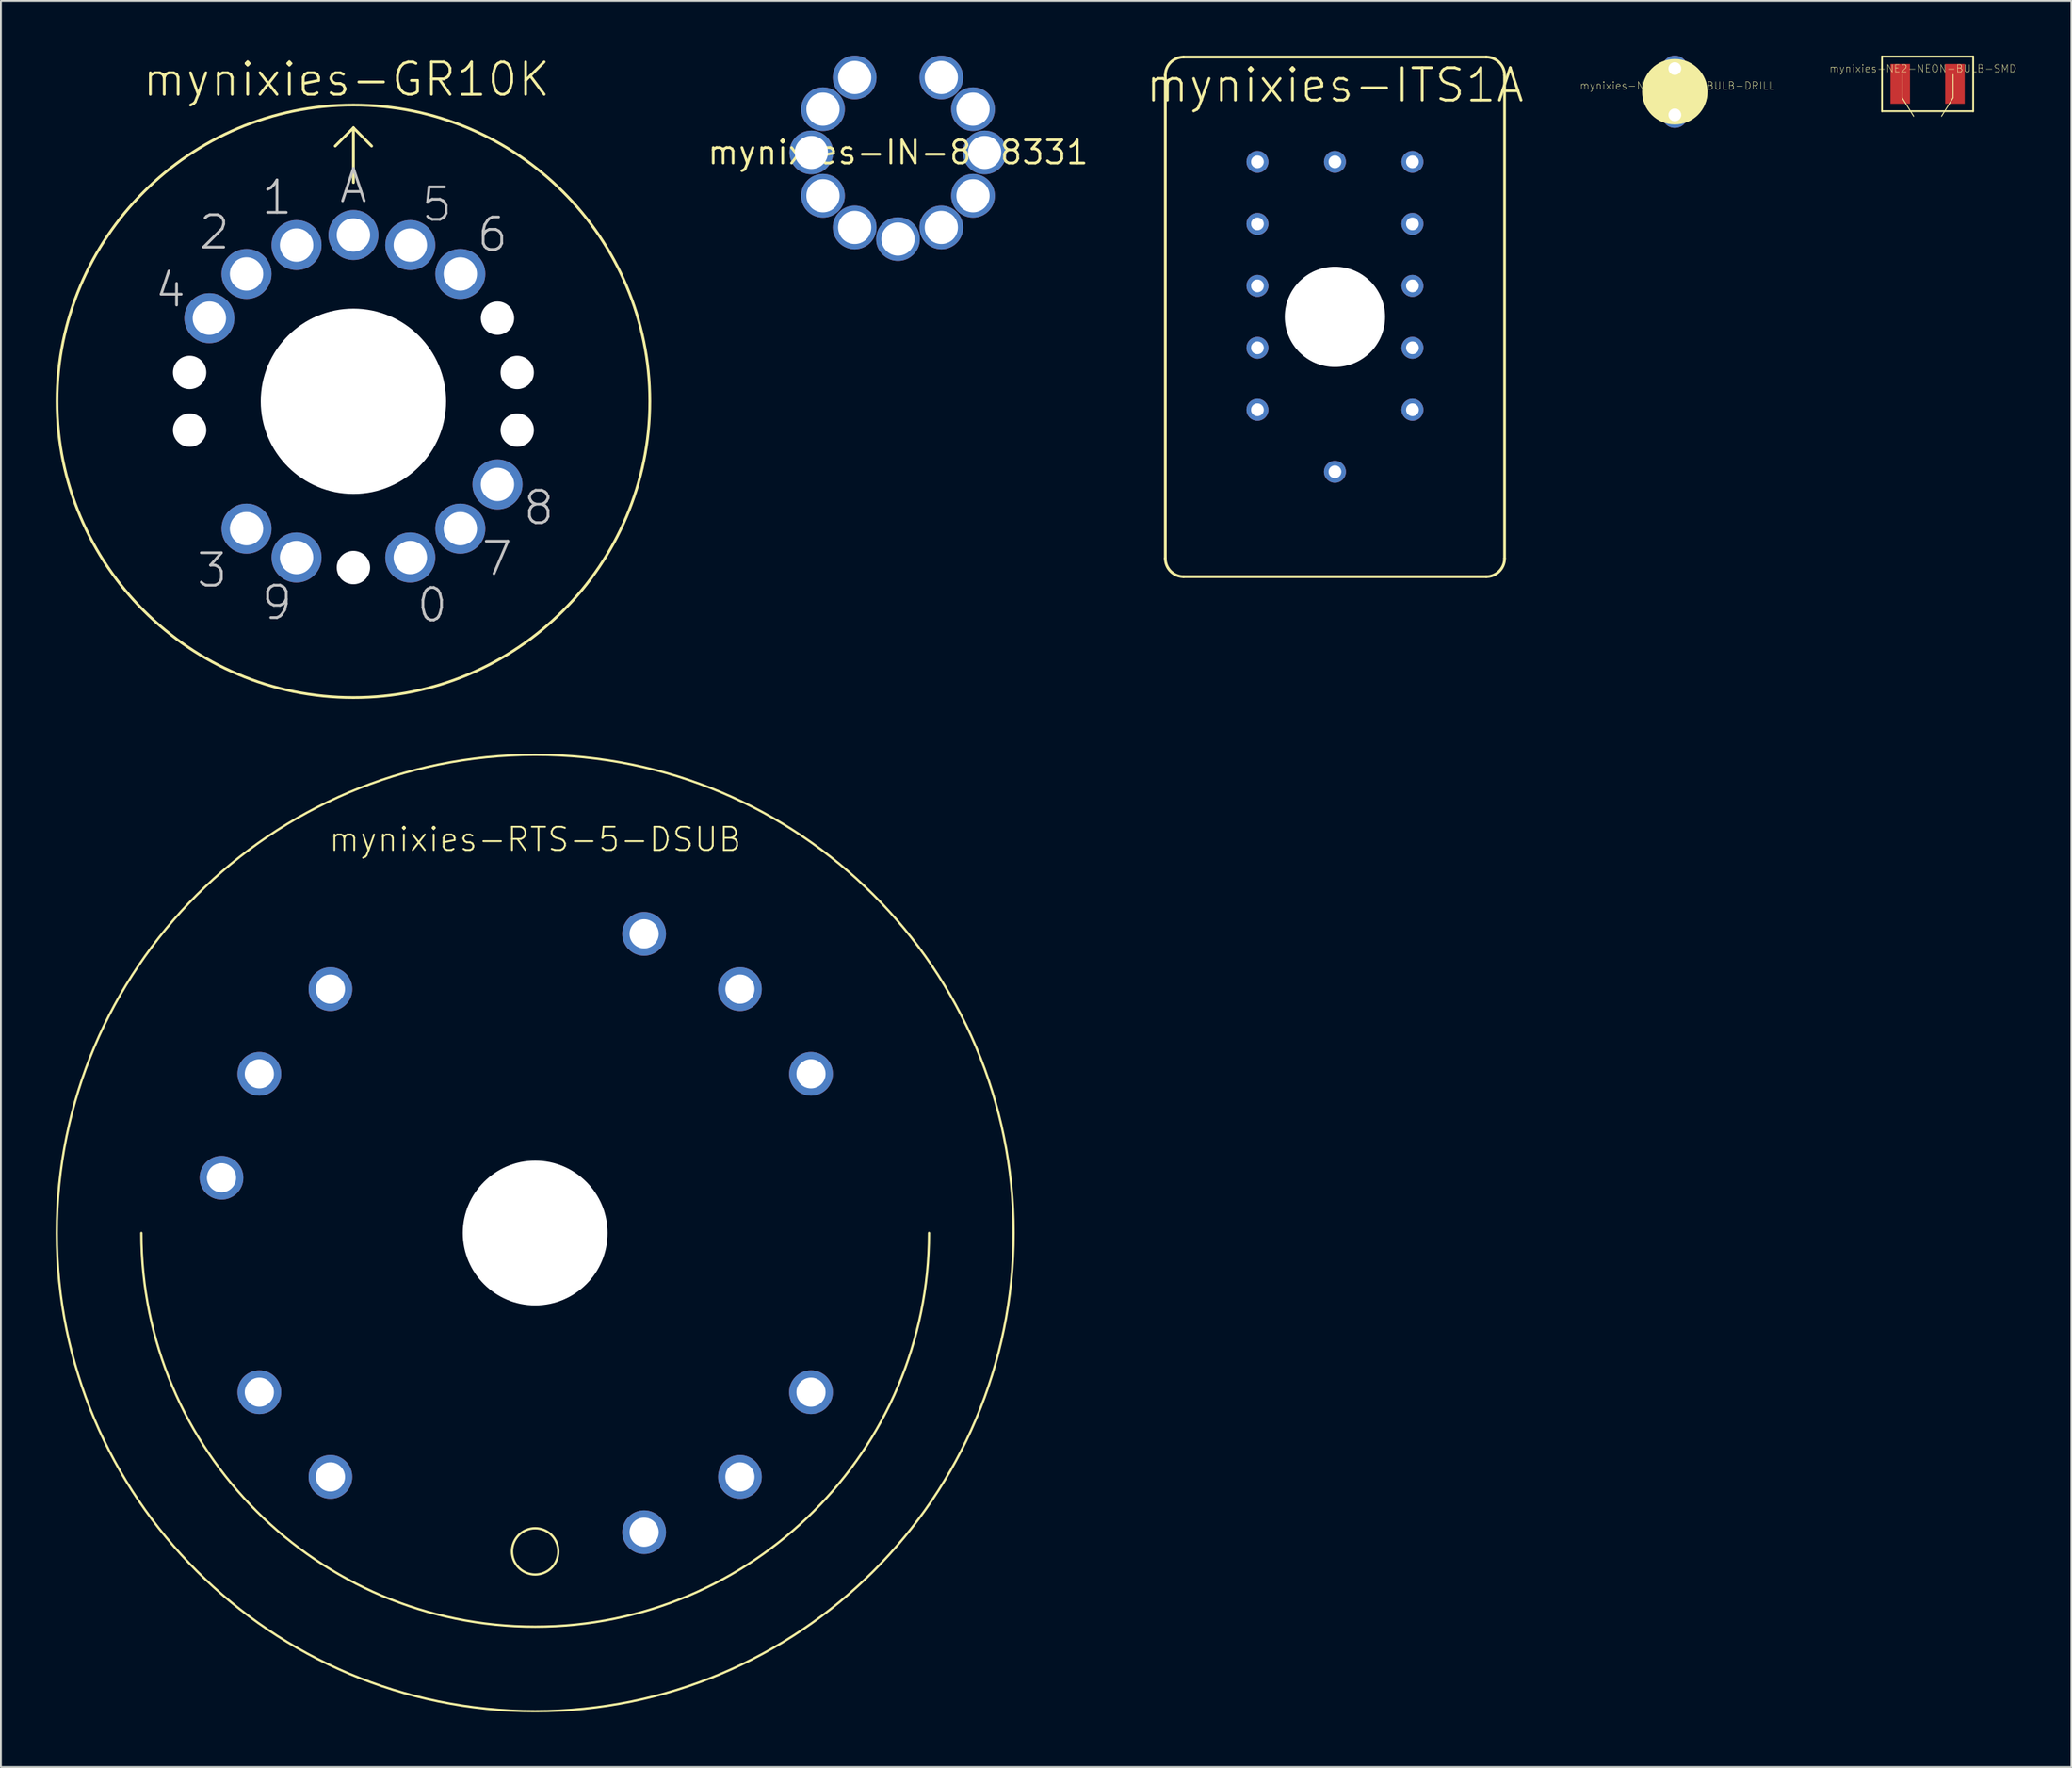
<source format=kicad_pcb>
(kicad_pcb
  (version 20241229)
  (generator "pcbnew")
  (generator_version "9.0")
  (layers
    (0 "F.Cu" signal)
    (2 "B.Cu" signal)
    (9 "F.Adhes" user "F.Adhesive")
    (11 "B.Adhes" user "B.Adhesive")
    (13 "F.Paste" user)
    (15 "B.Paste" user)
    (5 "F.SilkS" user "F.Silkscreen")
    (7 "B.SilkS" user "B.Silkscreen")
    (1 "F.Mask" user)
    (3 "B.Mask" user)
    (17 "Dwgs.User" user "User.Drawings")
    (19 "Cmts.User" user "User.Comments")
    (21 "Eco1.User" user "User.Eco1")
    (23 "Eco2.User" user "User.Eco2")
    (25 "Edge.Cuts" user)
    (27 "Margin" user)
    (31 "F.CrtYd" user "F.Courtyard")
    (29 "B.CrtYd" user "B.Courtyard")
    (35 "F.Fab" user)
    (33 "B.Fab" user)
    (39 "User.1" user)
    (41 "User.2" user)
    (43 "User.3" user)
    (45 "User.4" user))
  (footprint "mynixies-ITS1A"
    (layer "F.Cu")
    (at 70.132 14.326)
    (property "Reference" "mynixies-ITS1A" (at 0 -12.7 0) (layer "F.SilkS") (effects (font (size 1.778 1.778) (thickness 0.152))))
    (attr exclude_from_pos_files exclude_from_bom)
    (fp_line (start -9.299 13.249) (end -9.299 -13.249) (stroke (width 0.152) (type solid)) (layer "F.SilkS"))
    (fp_line (start -8.298 -14.249) (end 8.298 -14.249) (stroke (width 0.152) (type solid)) (layer "F.SilkS"))
    (fp_line (start 8.298 14.249) (end -8.298 14.249) (stroke (width 0.152) (type solid)) (layer "F.SilkS"))
    (fp_line (start 9.299 -13.249) (end 9.299 13.249) (stroke (width 0.152) (type solid)) (layer "F.SilkS"))
    (fp_arc (start -9.29894 -13.24864) (mid -9.005824 -13.956284) (end -8.29818 -14.2494) (stroke (width 0.1524) (type solid)) (layer "F.SilkS"))
    (fp_arc (start -8.29818 14.2494) (mid -9.005824 13.956284) (end -9.29894 13.24864) (stroke (width 0.1524) (type solid)) (layer "F.SilkS"))
    (fp_arc (start 8.29818 -14.2494) (mid 9.005824 -13.956284) (end 9.29894 -13.24864) (stroke (width 0.1524) (type solid)) (layer "F.SilkS"))
    (fp_arc (start 9.29894 13.24864) (mid 9.005824 13.956284) (end 8.29818 14.2494) (stroke (width 0.1524) (type solid)) (layer "F.SilkS"))
    (pad "" np_thru_hole circle (at 0 0) (size 5.499 5.499) (drill 5.499) (layers "*.Cu" "*.Mask"))
    (pad "2" thru_hole circle (at 4.249 5.098) (size 1.206 1.206) (drill 0.699) (layers "*.Cu" "*.Mask"))
    (pad "4" thru_hole circle (at 4.249 -1.699) (size 1.206 1.206) (drill 0.699) (layers "*.Cu" "*.Mask"))
    (pad "6" thru_hole circle (at 4.249 -8.499) (size 1.206 1.206) (drill 0.699) (layers "*.Cu" "*.Mask"))
    (pad "7" thru_hole circle (at 0 -8.499) (size 1.206 1.206) (drill 0.699) (layers "*.Cu" "*.Mask"))
    (pad "14" thru_hole circle (at 0 8.499) (size 1.206 1.206) (drill 0.699) (layers "*.Cu" "*.Mask"))
    (pad "A" thru_hole circle (at -4.249 -8.499) (size 1.206 1.206) (drill 0.699) (layers "*.Cu" "*.Mask"))
    (pad "B" thru_hole circle (at 4.249 -5.098) (size 1.206 1.206) (drill 0.699) (layers "*.Cu" "*.Mask"))
    (pad "C" thru_hole circle (at 4.249 1.699) (size 1.206 1.206) (drill 0.699) (layers "*.Cu" "*.Mask"))
    (pad "D" thru_hole circle (at -4.249 5.098) (size 1.206 1.206) (drill 0.699) (layers "*.Cu" "*.Mask"))
    (pad "E" thru_hole circle (at -4.249 1.699) (size 1.206 1.206) (drill 0.699) (layers "*.Cu" "*.Mask"))
    (pad "F" thru_hole circle (at -4.249 -5.098) (size 1.206 1.206) (drill 0.699) (layers "*.Cu" "*.Mask"))
    (pad "G" thru_hole circle (at -4.249 -1.699) (size 1.206 1.206) (drill 0.699) (layers "*.Cu" "*.Mask")))
  (footprint "mynixies-IN-8-8331"
    (layer "F.Cu")
    (at 46.179 5.311)
    (property "Reference" "mynixies-IN-8-8331" (at 0 0 0) (layer "F.SilkS") (effects (font (size 1.27 1.27) (thickness 0.15))))
    (attr exclude_from_pos_files exclude_from_bom)
    (pad "P$1" thru_hole circle (at -2.375 -4.112) (size 2.398 2.398) (drill 1.819) (layers "*.Cu" "*.Mask"))
    (pad "P$2" thru_hole circle (at -4.112 -2.375) (size 2.398 2.398) (drill 1.819) (layers "*.Cu" "*.Mask"))
    (pad "P$3" thru_hole circle (at -4.75 0) (size 2.398 2.398) (drill 1.819) (layers "*.Cu" "*.Mask"))
    (pad "P$4" thru_hole circle (at -4.112 2.375) (size 2.398 2.398) (drill 1.819) (layers "*.Cu" "*.Mask"))
    (pad "P$5" thru_hole circle (at -2.375 4.112) (size 2.398 2.398) (drill 1.819) (layers "*.Cu" "*.Mask"))
    (pad "P$6" thru_hole circle (at 0 4.75) (size 2.398 2.398) (drill 1.819) (layers "*.Cu" "*.Mask"))
    (pad "P$7" thru_hole circle (at 2.375 4.112) (size 2.398 2.398) (drill 1.819) (layers "*.Cu" "*.Mask"))
    (pad "P$8" thru_hole circle (at 4.112 2.375) (size 2.398 2.398) (drill 1.819) (layers "*.Cu" "*.Mask"))
    (pad "P$9" thru_hole circle (at 4.75 0) (size 2.398 2.398) (drill 1.819) (layers "*.Cu" "*.Mask"))
    (pad "P$10" thru_hole circle (at 4.112 -2.375) (size 2.398 2.398) (drill 1.819) (layers "*.Cu" "*.Mask"))
    (pad "P$11" thru_hole circle (at 2.375 -4.112) (size 2.398 2.398) (drill 1.819) (layers "*.Cu" "*.Mask")))
  (footprint "mynixies-GR10K"
    (layer "F.Cu")
    (at 16.325 18.958)
    (property "Reference" "mynixies-GR10K" (at -0.381 -17.65 0) (layer "F.SilkS") (effects (font (size 1.778 1.778) (thickness 0.152))))
    (attr exclude_from_pos_files exclude_from_bom)
    (fp_line (start -0.998 -13.998) (end 0 -14.999) (stroke (width 0.152) (type solid)) (layer "F.SilkS"))
    (fp_line (start 0 -14.999) (end 0 -11.999) (stroke (width 0.152) (type solid)) (layer "F.SilkS"))
    (fp_line (start 0 -14.999) (end 0.998 -13.998) (stroke (width 0.152) (type solid)) (layer "F.SilkS"))
    (fp_circle (center 0 0) (end 0 -16.248) (stroke (width 0.152) (type solid)) (fill no) (layer "F.SilkS"))
    (fp_text user "3" (at -7.747 9.271 0) (layer "Dwgs.User") (effects (font (size 1.778 1.778) (thickness 0.152))))
    (fp_text user "5" (at 4.572 -10.795 0) (layer "Dwgs.User") (effects (font (size 1.778 1.778) (thickness 0.152))))
    (fp_text user "8" (at 10.16 5.842 0) (layer "Dwgs.User") (effects (font (size 1.778 1.778) (thickness 0.152))))
    (fp_text user "4" (at -10.033 -6.096 0) (layer "Dwgs.User") (effects (font (size 1.778 1.778) (thickness 0.152))))
    (fp_text user "1" (at -4.191 -11.176 0) (layer "Dwgs.User") (effects (font (size 1.778 1.778) (thickness 0.152))))
    (fp_text user "2" (at -7.62 -9.271 0) (layer "Dwgs.User") (effects (font (size 1.778 1.778) (thickness 0.152))))
    (fp_text user "9" (at -4.191 11.049 0) (layer "Dwgs.User") (effects (font (size 1.778 1.778) (thickness 0.152))))
    (fp_text user "0" (at 4.318 11.176 0) (layer "Dwgs.User") (effects (font (size 1.778 1.778) (thickness 0.152))))
    (fp_text user "A" (at 0 -11.811 0) (layer "Dwgs.User") (effects (font (size 1.778 1.778) (thickness 0.152))))
    (fp_text user "7" (at 7.874 8.636 0) (layer "Dwgs.User") (effects (font (size 1.778 1.778) (thickness 0.152))))
    (fp_text user "6" (at 7.62 -9.144 0) (layer "Dwgs.User") (effects (font (size 1.778 1.778) (thickness 0.152))))
    (pad "" np_thru_hole circle (at -8.979 -1.582) (size 1.829 1.829) (drill 1.829) (layers "*.Cu" "*.Mask"))
    (pad "" np_thru_hole circle (at -8.979 1.582) (size 1.829 1.829) (drill 1.829) (layers "*.Cu" "*.Mask"))
    (pad "" np_thru_hole circle (at 0 0) (size 10.16 10.16) (drill 10.16) (layers "*.Cu" "*.Mask"))
    (pad "" np_thru_hole circle (at 0 9.119) (size 1.829 1.829) (drill 1.829) (layers "*.Cu" "*.Mask"))
    (pad "" np_thru_hole circle (at 7.897 -4.559) (size 1.829 1.829) (drill 1.829) (layers "*.Cu" "*.Mask"))
    (pad "" np_thru_hole circle (at 8.979 -1.582) (size 1.829 1.829) (drill 1.829) (layers "*.Cu" "*.Mask"))
    (pad "" np_thru_hole circle (at 8.979 1.582) (size 1.829 1.829) (drill 1.829) (layers "*.Cu" "*.Mask"))
    (pad "1" thru_hole circle (at -5.86 6.985) (size 2.743 2.743) (drill 1.829) (layers "*.Cu" "*.Mask"))
    (pad "2" thru_hole circle (at -3.117 8.567) (size 2.743 2.743) (drill 1.829) (layers "*.Cu" "*.Mask"))
    (pad "4" thru_hole circle (at 3.117 8.567) (size 2.743 2.743) (drill 1.829) (layers "*.Cu" "*.Mask"))
    (pad "5" thru_hole circle (at 5.86 6.985) (size 2.743 2.743) (drill 1.829) (layers "*.Cu" "*.Mask"))
    (pad "6" thru_hole circle (at 7.897 4.559) (size 2.743 2.743) (drill 1.829) (layers "*.Cu" "*.Mask"))
    (pad "10" thru_hole circle (at 5.86 -6.985) (size 2.743 2.743) (drill 1.829) (layers "*.Cu" "*.Mask"))
    (pad "11" thru_hole circle (at 3.117 -8.567) (size 2.743 2.743) (drill 1.829) (layers "*.Cu" "*.Mask"))
    (pad "12" thru_hole circle (at 0 -9.119) (size 2.743 2.743) (drill 1.829) (layers "*.Cu" "*.Mask"))
    (pad "13" thru_hole circle (at -3.117 -8.567) (size 2.743 2.743) (drill 1.829) (layers "*.Cu" "*.Mask"))
    (pad "14" thru_hole circle (at -5.86 -6.985) (size 2.743 2.743) (drill 1.829) (layers "*.Cu" "*.Mask"))
    (pad "15" thru_hole circle (at -7.897 -4.559) (size 2.743 2.743) (drill 1.829) (layers "*.Cu" "*.Mask")))
  (footprint "mynixies-RTS-5-DSUB"
    (layer "F.Cu")
    (at 26.289 64.572)
    (property "Reference" "mynixies-RTS-5-DSUB" (at 0 -21.59 0) (layer "F.SilkS") (effects (font (size 1.27 1.27) (thickness 0.102))))
    (attr exclude_from_pos_files exclude_from_bom)
    (fp_arc (start 21.59 0) (mid 0 21.59) (end -21.59 0) (stroke (width 0.127) (type solid)) (layer "F.SilkS"))
    (fp_circle (center 0 0) (end 0 -26.226) (stroke (width 0.127) (type solid)) (fill no) (layer "F.SilkS"))
    (fp_circle (center 0 17.462) (end 0 16.192) (stroke (width 0.127) (type solid)) (fill no) (layer "F.SilkS"))
    (pad "" np_thru_hole circle (at 0 0) (size 7.938 7.938) (drill 7.938) (layers "*.Cu" "*.Mask"))
    (pad "P$2" thru_hole circle (at 5.972 16.408) (size 2.398 2.398) (drill 1.598) (layers "*.Cu" "*.Mask"))
    (pad "P$3" thru_hole circle (at 11.224 13.376) (size 2.398 2.398) (drill 1.598) (layers "*.Cu" "*.Mask"))
    (pad "P$4" thru_hole circle (at 15.121 8.73) (size 2.398 2.398) (drill 1.598) (layers "*.Cu" "*.Mask"))
    (pad "P$7" thru_hole circle (at 15.121 -8.73) (size 2.398 2.398) (drill 1.598) (layers "*.Cu" "*.Mask"))
    (pad "P$8" thru_hole circle (at 11.224 -13.376) (size 2.398 2.398) (drill 1.598) (layers "*.Cu" "*.Mask"))
    (pad "P$9" thru_hole circle (at 5.972 -16.408) (size 2.398 2.398) (drill 1.598) (layers "*.Cu" "*.Mask"))
    (pad "P$12" thru_hole circle (at -11.224 -13.376) (size 2.398 2.398) (drill 1.598) (layers "*.Cu" "*.Mask"))
    (pad "P$13" thru_hole circle (at -15.121 -8.73) (size 2.398 2.398) (drill 1.598) (layers "*.Cu" "*.Mask"))
    (pad "P$14" thru_hole circle (at -17.196 -3.03) (size 2.398 2.398) (drill 1.598) (layers "*.Cu" "*.Mask"))
    (pad "P$16" thru_hole circle (at -15.121 8.73) (size 2.398 2.398) (drill 1.598) (layers "*.Cu" "*.Mask"))
    (pad "P$17" thru_hole circle (at -11.224 13.376) (size 2.398 2.398) (drill 1.598) (layers "*.Cu" "*.Mask")))
  (footprint "mynixies-NE2-NEON-BULB-DRILL"
    (layer "F.Cu")
    (at 88.766 1.981)
    (property "Reference" "mynixies-NE2-NEON-BULB-DRILL" (at 0.127 -0.33 0) (layer "F.SilkS") (effects (font (size 0.406 0.406) (thickness 0.025))))
    (attr exclude_from_pos_files exclude_from_bom)
    (fp_arc (start 0.635 -0.635) (mid 0 0.898026) (end -0.635 -0.635) (stroke (width 0.1) (type solid)) (layer "F.SilkS"))
    (fp_circle (center 0 0) (end 0 -1.796) (stroke (width 0) (type solid)) (fill yes) (layer "F.SilkS"))
    (fp_circle (center 0 0) (end 0 -1.42) (stroke (width 0) (type solid)) (fill yes) (layer "F.SilkS"))
    (pad "1" thru_hole circle (at 0 -1.27) (size 1.422 1.422) (drill 0.699) (layers "*.Cu" "*.Mask"))
    (pad "2" thru_hole circle (at 0 1.27) (size 1.422 1.422) (drill 0.699) (layers "*.Cu" "*.Mask")))
  (footprint "mynixies-NE2-NEON-BULB-SMD"
    (layer "F.Cu")
    (at 102.621 1.549)
    (property "Reference" "mynixies-NE2-NEON-BULB-SMD" (at -0.254 -0.838 0) (layer "F.SilkS") (effects (font (size 0.406 0.406) (thickness 0.025))))
    (attr smd)
    (fp_line (start -2.499 -1.499) (end 2.499 -1.499) (stroke (width 0.1) (type solid)) (layer "F.SilkS"))
    (fp_line (start -2.499 1.499) (end -2.499 -1.499) (stroke (width 0.1) (type solid)) (layer "F.SilkS"))
    (fp_line (start -1.397 -0.508) (end -1.397 0.762) (stroke (width 0.051) (type solid)) (layer "F.SilkS"))
    (fp_line (start -1.397 0.762) (end -0.762 1.778) (stroke (width 0.051) (type solid)) (layer "F.SilkS"))
    (fp_line (start 1.397 -0.508) (end 1.397 0.762) (stroke (width 0.051) (type solid)) (layer "F.SilkS"))
    (fp_line (start 1.397 0.762) (end 0.762 1.778) (stroke (width 0.051) (type solid)) (layer "F.SilkS"))
    (fp_line (start 2.499 -1.499) (end 2.499 1.499) (stroke (width 0.1) (type solid)) (layer "F.SilkS"))
    (fp_line (start 2.499 1.499) (end -2.499 1.499) (stroke (width 0.1) (type solid)) (layer "F.SilkS"))
    (pad "1" smd rect (at -1.499 0 90) (size 2.182 1.067) (layers "F.Cu" "F.Mask" "F.Paste"))
    (pad "2" smd rect (at 1.499 0 90) (size 2.182 1.067) (layers "F.Cu" "F.Mask" "F.Paste")))
  (gr_rect
    (start -3 -3)
    (end 110.503 93.861)
    (stroke (width 0.1) (type default))
    (fill no)
    (layer "Edge.Cuts")))
</source>
